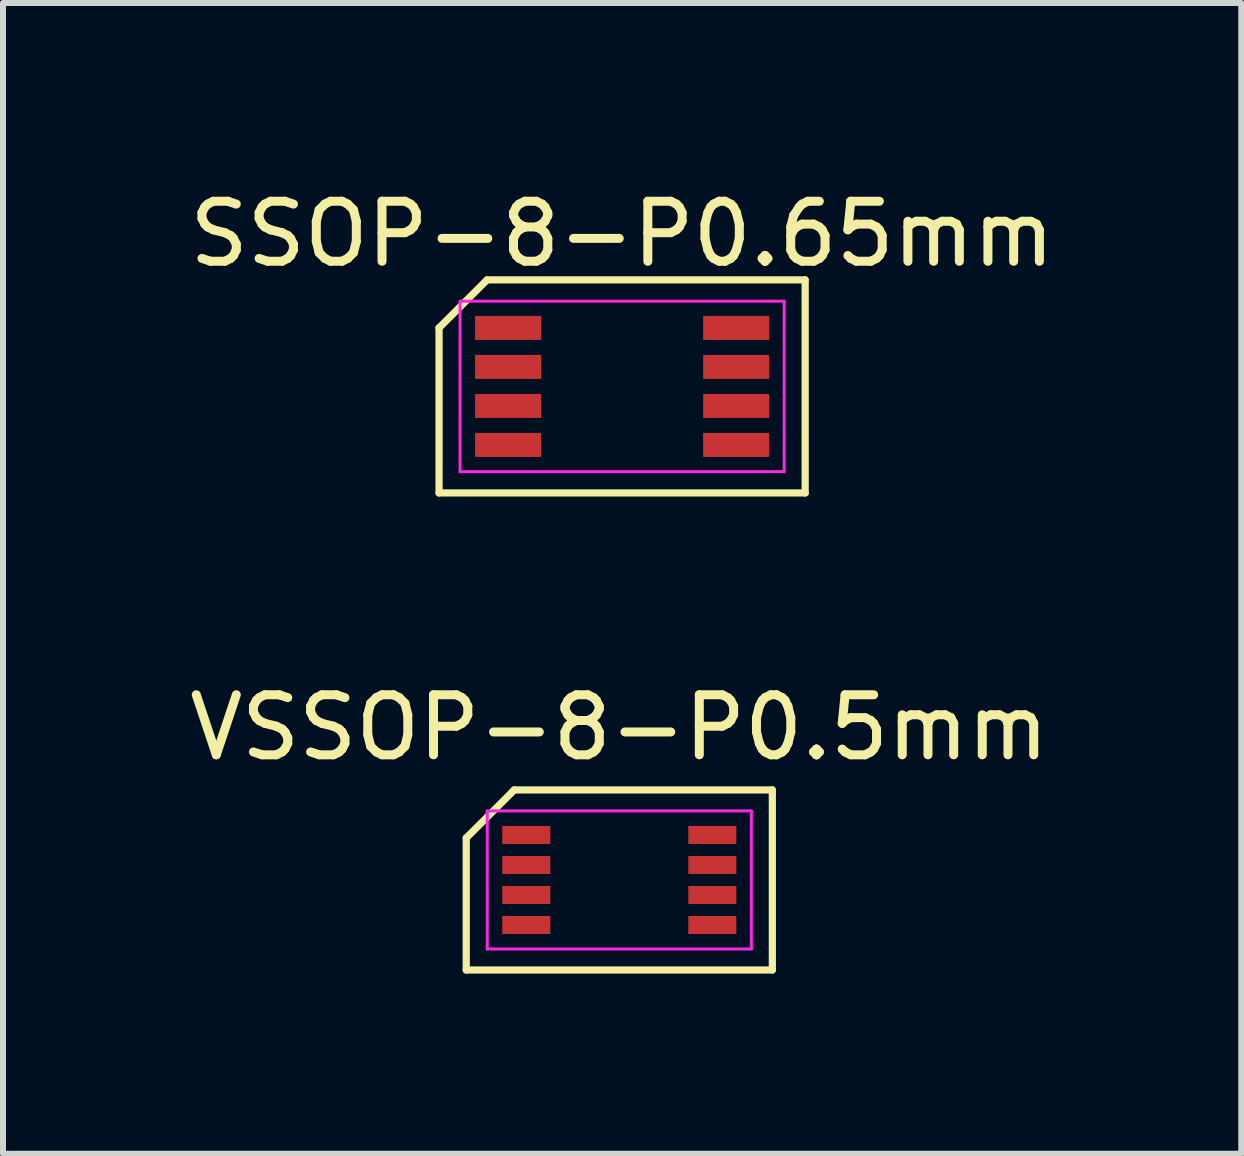
<source format=kicad_pcb>
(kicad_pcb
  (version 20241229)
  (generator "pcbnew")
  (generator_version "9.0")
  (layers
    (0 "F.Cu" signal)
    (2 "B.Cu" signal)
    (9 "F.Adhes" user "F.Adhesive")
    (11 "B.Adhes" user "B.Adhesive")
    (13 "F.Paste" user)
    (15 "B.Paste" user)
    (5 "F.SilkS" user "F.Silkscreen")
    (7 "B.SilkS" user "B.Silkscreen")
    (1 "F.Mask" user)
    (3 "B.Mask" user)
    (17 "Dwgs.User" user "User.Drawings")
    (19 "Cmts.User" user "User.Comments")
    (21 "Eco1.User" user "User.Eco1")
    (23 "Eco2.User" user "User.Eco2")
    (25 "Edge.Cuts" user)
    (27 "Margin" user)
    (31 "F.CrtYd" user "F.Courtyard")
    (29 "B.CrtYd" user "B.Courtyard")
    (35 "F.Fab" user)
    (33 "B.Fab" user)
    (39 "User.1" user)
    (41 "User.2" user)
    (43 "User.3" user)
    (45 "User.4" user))
  (footprint "VSSOP-8-P0.5mm"
    (layer "F.Cu")
    (at 7.268 11.611)
    (property "Reference" "VSSOP-8-P0.5mm" (at 0 -2.54 180) (layer "F.SilkS") (effects (font (size 1 1) (thickness 0.15))))
    (attr through_hole)
    (fp_line (start -2.55 -0.7) (end -1.75 -1.5) (stroke (width 0.12) (type solid)) (layer "F.SilkS"))
    (fp_line (start -2.55 1.5) (end -2.55 -0.7) (stroke (width 0.12) (type solid)) (layer "F.SilkS"))
    (fp_line (start -1.75 -1.5) (end 2.55 -1.5) (stroke (width 0.12) (type solid)) (layer "F.SilkS"))
    (fp_line (start 2.55 -1.5) (end 2.55 1.5) (stroke (width 0.12) (type solid)) (layer "F.SilkS"))
    (fp_line (start 2.55 1.5) (end -2.55 1.5) (stroke (width 0.12) (type solid)) (layer "F.SilkS"))
    (fp_line (start -2.2 -1.15) (end 2.2 -1.15) (stroke (width 0.05) (type solid)) (layer "F.CrtYd"))
    (fp_line (start -2.2 1.15) (end -2.2 -1.15) (stroke (width 0.05) (type solid)) (layer "F.CrtYd"))
    (fp_line (start 2.2 -1.15) (end 2.2 1.15) (stroke (width 0.05) (type solid)) (layer "F.CrtYd"))
    (fp_line (start 2.2 1.15) (end -2.2 1.15) (stroke (width 0.05) (type solid)) (layer "F.CrtYd"))
    (pad "1" smd rect (at -1.55 -0.75 270) (size 0.3 0.8) (layers "F.Cu" "F.Mask" "F.Paste"))
    (pad "2" smd rect (at -1.55 -0.25 270) (size 0.3 0.8) (layers "F.Cu" "F.Mask" "F.Paste"))
    (pad "3" smd rect (at -1.55 0.25 270) (size 0.3 0.8) (layers "F.Cu" "F.Mask" "F.Paste"))
    (pad "4" smd rect (at -1.55 0.75 270) (size 0.3 0.8) (layers "F.Cu" "F.Mask" "F.Paste"))
    (pad "5" smd rect (at 1.55 0.75 270) (size 0.3 0.8) (layers "F.Cu" "F.Mask" "F.Paste"))
    (pad "6" smd rect (at 1.55 0.25 270) (size 0.3 0.8) (layers "F.Cu" "F.Mask" "F.Paste"))
    (pad "7" smd rect (at 1.55 -0.25 270) (size 0.3 0.8) (layers "F.Cu" "F.Mask" "F.Paste"))
    (pad "8" smd rect (at 1.55 -0.75 270) (size 0.3 0.8) (layers "F.Cu" "F.Mask" "F.Paste")))
  (footprint "SSOP-8-P0.65mm"
    (layer "F.Cu")
    (at 7.315 3.388)
    (property "Reference" "SSOP-8-P0.65mm" (at 0 -2.54 180) (layer "F.SilkS") (effects (font (size 1 1) (thickness 0.15))))
    (attr through_hole)
    (fp_line (start -3.05 -0.975) (end -2.25 -1.775) (stroke (width 0.12) (type solid)) (layer "F.SilkS"))
    (fp_line (start -3.05 1.775) (end -3.05 -0.975) (stroke (width 0.12) (type solid)) (layer "F.SilkS"))
    (fp_line (start -2.25 -1.775) (end 3.05 -1.775) (stroke (width 0.12) (type solid)) (layer "F.SilkS"))
    (fp_line (start 3.05 -1.775) (end 3.05 1.775) (stroke (width 0.12) (type solid)) (layer "F.SilkS"))
    (fp_line (start 3.05 1.775) (end -3.05 1.775) (stroke (width 0.12) (type solid)) (layer "F.SilkS"))
    (fp_line (start -2.7 -1.42) (end 2.7 -1.42) (stroke (width 0.05) (type solid)) (layer "F.CrtYd"))
    (fp_line (start -2.7 1.42) (end -2.7 -1.42) (stroke (width 0.05) (type solid)) (layer "F.CrtYd"))
    (fp_line (start 2.7 -1.42) (end 2.7 1.42) (stroke (width 0.05) (type solid)) (layer "F.CrtYd"))
    (fp_line (start 2.7 1.42) (end -2.7 1.42) (stroke (width 0.05) (type solid)) (layer "F.CrtYd"))
    (pad "1" smd rect (at -1.9 -0.975 270) (size 0.4 1.1) (layers "F.Cu" "F.Mask" "F.Paste"))
    (pad "2" smd rect (at -1.9 -0.325 270) (size 0.4 1.1) (layers "F.Cu" "F.Mask" "F.Paste"))
    (pad "3" smd rect (at -1.9 0.325 270) (size 0.4 1.1) (layers "F.Cu" "F.Mask" "F.Paste"))
    (pad "4" smd rect (at -1.9 0.975 270) (size 0.4 1.1) (layers "F.Cu" "F.Mask" "F.Paste"))
    (pad "5" smd rect (at 1.9 0.975 270) (size 0.4 1.1) (layers "F.Cu" "F.Mask" "F.Paste"))
    (pad "6" smd rect (at 1.9 0.325 270) (size 0.4 1.1) (layers "F.Cu" "F.Mask" "F.Paste"))
    (pad "7" smd rect (at 1.9 -0.325 270) (size 0.4 1.1) (layers "F.Cu" "F.Mask" "F.Paste"))
    (pad "8" smd rect (at 1.9 -0.975 270) (size 0.4 1.1) (layers "F.Cu" "F.Mask" "F.Paste")))
  (gr_rect
    (start -3 -3)
    (end 17.631 16.172)
    (stroke (width 0.1) (type default))
    (fill no)
    (layer "Edge.Cuts")))
</source>
